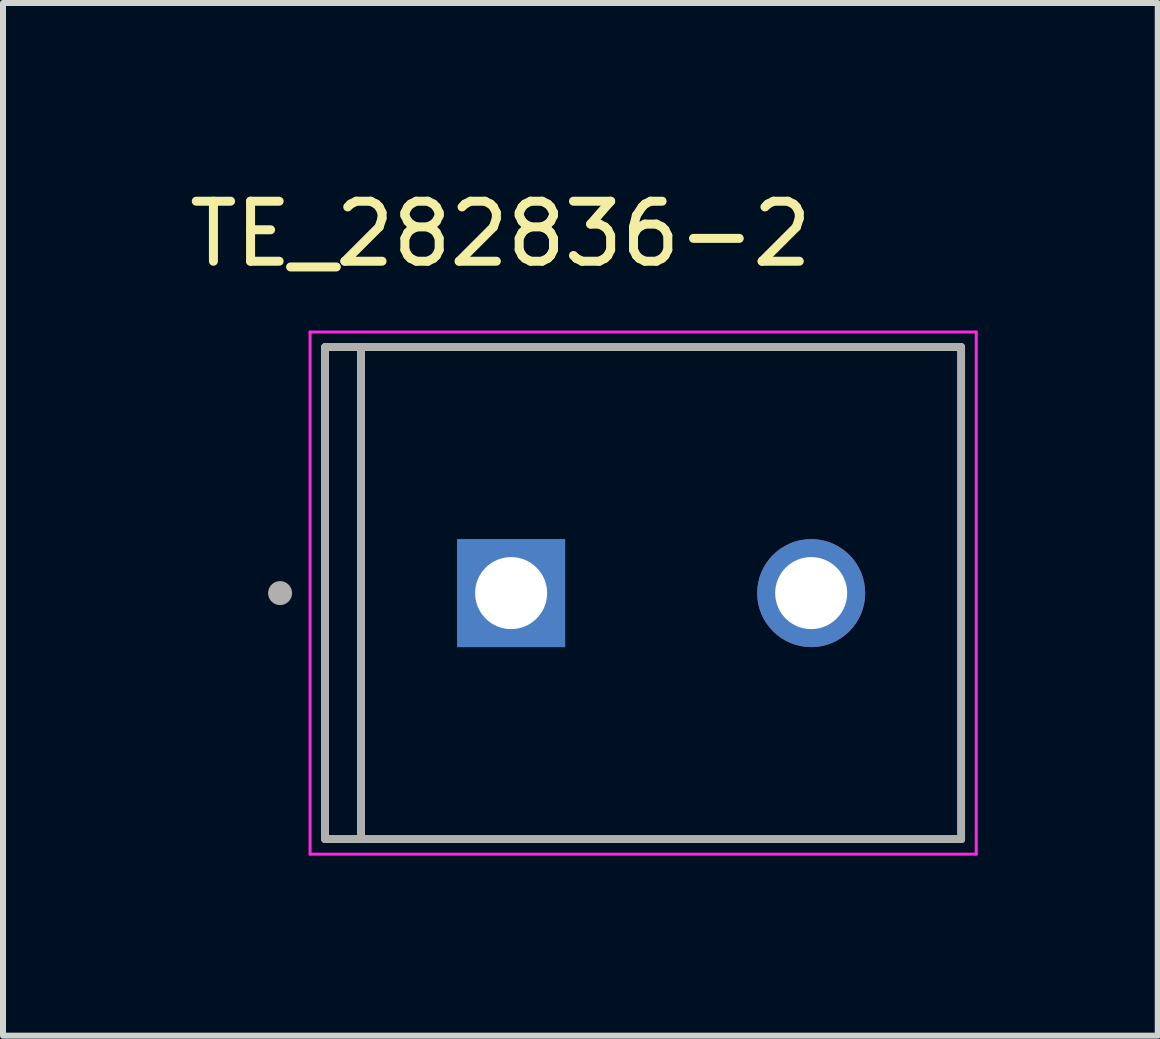
<source format=kicad_pcb>
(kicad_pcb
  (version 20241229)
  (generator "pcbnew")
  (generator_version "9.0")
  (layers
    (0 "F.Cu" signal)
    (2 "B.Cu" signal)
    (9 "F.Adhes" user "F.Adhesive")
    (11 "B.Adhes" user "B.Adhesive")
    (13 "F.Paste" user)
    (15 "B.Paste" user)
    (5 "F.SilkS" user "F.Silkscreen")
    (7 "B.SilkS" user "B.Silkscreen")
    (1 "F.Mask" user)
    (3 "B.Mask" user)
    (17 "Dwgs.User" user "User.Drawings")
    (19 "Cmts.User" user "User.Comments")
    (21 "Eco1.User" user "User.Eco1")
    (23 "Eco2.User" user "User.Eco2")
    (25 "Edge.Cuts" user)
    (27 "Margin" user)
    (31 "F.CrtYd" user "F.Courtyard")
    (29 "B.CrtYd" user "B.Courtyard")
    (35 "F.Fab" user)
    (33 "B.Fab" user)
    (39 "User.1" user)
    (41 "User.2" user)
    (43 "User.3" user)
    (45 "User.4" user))
  (footprint "TE_282836-2"
    (layer "F.Cu")
    (at 7.967 6.833)
    (property "Reference" "TE_282836-2" (at -2.675 -5.985 0) (layer "F.SilkS") (effects (font (size 1 1) (thickness 0.15))))
    (attr through_hole)
    (fp_line (start -5.6 -4.1) (end -5 -4.1) (stroke (width 0.127) (type solid)) (layer "F.SilkS"))
    (fp_line (start -5.6 4.1) (end -5.6 -4.1) (stroke (width 0.127) (type solid)) (layer "F.SilkS"))
    (fp_line (start -5.6 4.1) (end -5 4.1) (stroke (width 0.127) (type solid)) (layer "F.SilkS"))
    (fp_line (start -5 -4.1) (end 5 -4.1) (stroke (width 0.127) (type solid)) (layer "F.SilkS"))
    (fp_line (start -5 4.1) (end -5 -4.1) (stroke (width 0.127) (type solid)) (layer "F.SilkS"))
    (fp_line (start 5 -4.1) (end 5 4.1) (stroke (width 0.127) (type solid)) (layer "F.SilkS"))
    (fp_line (start 5 4.1) (end -5 4.1) (stroke (width 0.127) (type solid)) (layer "F.SilkS"))
    (fp_line (start -5.85 -4.35) (end -5.85 4.35) (stroke (width 0.05) (type solid)) (layer "F.CrtYd"))
    (fp_line (start -5.85 4.35) (end 5.25 4.35) (stroke (width 0.05) (type solid)) (layer "F.CrtYd"))
    (fp_line (start 5.25 -4.35) (end -5.85 -4.35) (stroke (width 0.05) (type solid)) (layer "F.CrtYd"))
    (fp_line (start 5.25 4.35) (end 5.25 -4.35) (stroke (width 0.05) (type solid)) (layer "F.CrtYd"))
    (fp_line (start -5.6 -4.1) (end -5 -4.1) (stroke (width 0.127) (type solid)) (layer "F.Fab"))
    (fp_line (start -5.6 4.1) (end -5.6 -4.1) (stroke (width 0.127) (type solid)) (layer "F.Fab"))
    (fp_line (start -5.6 4.1) (end -5 4.1) (stroke (width 0.127) (type solid)) (layer "F.Fab"))
    (fp_line (start -5 -4.1) (end 5 -4.1) (stroke (width 0.127) (type solid)) (layer "F.Fab"))
    (fp_line (start -5 4.1) (end -5 -4.1) (stroke (width 0.127) (type solid)) (layer "F.Fab"))
    (fp_line (start 5 -4.1) (end 5 4.1) (stroke (width 0.127) (type solid)) (layer "F.Fab"))
    (fp_line (start 5 4.1) (end -5 4.1) (stroke (width 0.127) (type solid)) (layer "F.Fab"))
    (fp_circle (center -6.35 0) (end -6.25 0) (stroke (width 0.2) (type solid)) (fill no) (layer "F.Fab"))
    (pad "1" thru_hole rect (at -2.5 0) (size 1.8 1.8) (drill 1.2) (layers "*.Cu" "*.Mask"))
    (pad "2" thru_hole circle (at 2.5 0) (size 1.8 1.8) (drill 1.2) (layers "*.Cu" "*.Mask")))
  (gr_rect
    (start -3 -3)
    (end 16.242 14.208)
    (stroke (width 0.1) (type default))
    (fill no)
    (layer "Edge.Cuts")))
</source>
